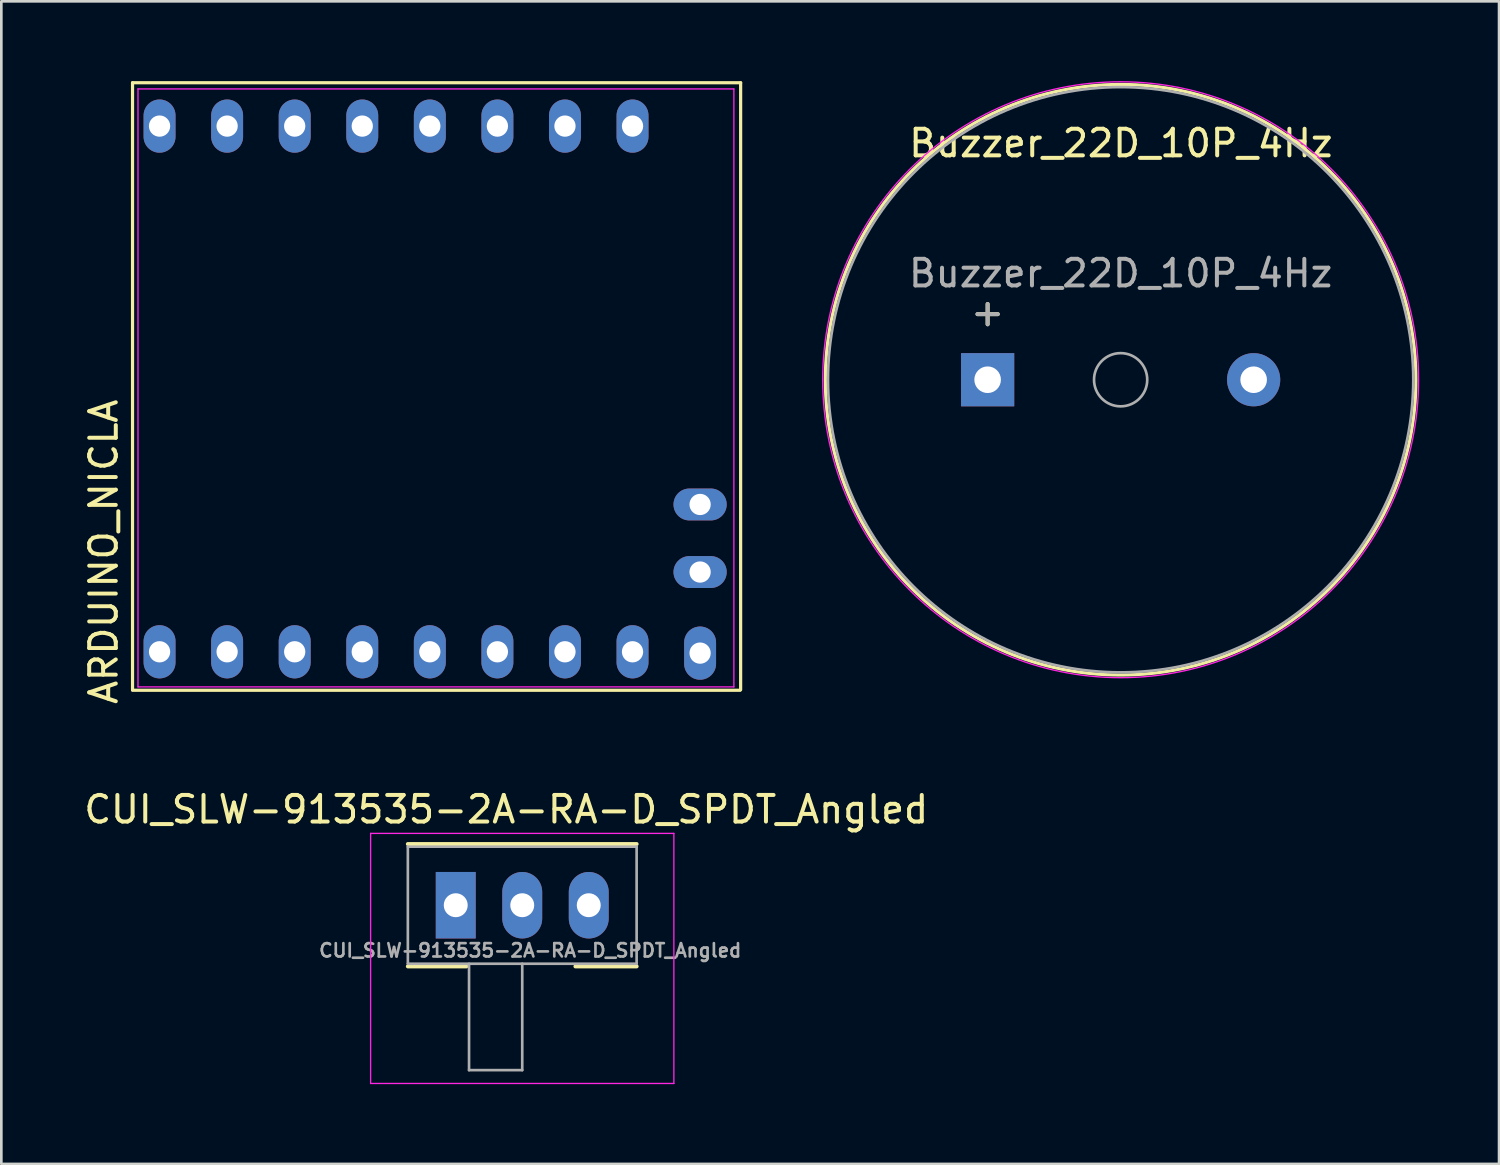
<source format=kicad_pcb>
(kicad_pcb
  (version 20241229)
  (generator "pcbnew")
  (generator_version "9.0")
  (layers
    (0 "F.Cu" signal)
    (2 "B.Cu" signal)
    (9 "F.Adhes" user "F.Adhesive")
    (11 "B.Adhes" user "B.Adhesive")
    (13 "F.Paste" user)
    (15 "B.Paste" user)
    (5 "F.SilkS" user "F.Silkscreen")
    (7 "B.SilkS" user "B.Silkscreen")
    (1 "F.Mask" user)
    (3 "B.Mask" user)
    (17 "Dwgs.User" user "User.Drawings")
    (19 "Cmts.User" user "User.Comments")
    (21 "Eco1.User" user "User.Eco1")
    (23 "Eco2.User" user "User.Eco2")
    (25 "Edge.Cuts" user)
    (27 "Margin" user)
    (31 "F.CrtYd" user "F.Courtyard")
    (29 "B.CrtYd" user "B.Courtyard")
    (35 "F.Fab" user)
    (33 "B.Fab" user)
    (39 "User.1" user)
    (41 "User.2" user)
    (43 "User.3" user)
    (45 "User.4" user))
  (footprint "ARDUINO_NICLA"
    (layer "F.Cu")
    (at 11.838 17.692)
    (property "Reference" "ARDUINO_NICLA" (at -10.99 0 90) (layer "F.SilkS") (effects (font (size 1 1) (thickness 0.15))))
    (attr through_hole)
    (fp_line (start -9.906 -17.631) (end -9.906 5.186) (stroke (width 0.12) (type default)) (layer "F.SilkS"))
    (fp_line (start 12.932 5.207) (end -9.906 5.207) (stroke (width 0.12) (type default)) (layer "F.SilkS"))
    (fp_line (start 12.954 -17.631) (end -9.906 -17.631) (stroke (width 0.12) (type default)) (layer "F.SilkS"))
    (fp_line (start 12.954 -17.631) (end 12.954 5.186) (stroke (width 0.12) (type default)) (layer "F.SilkS"))
    (fp_line (start -9.701 -17.399) (end 12.7 -17.399) (stroke (width 0.05) (type default)) (layer "F.CrtYd"))
    (fp_line (start -9.701 5.08) (end -9.701 -17.399) (stroke (width 0.05) (type default)) (layer "F.CrtYd"))
    (fp_line (start -9.701 5.08) (end 12.7 5.08) (stroke (width 0.05) (type default)) (layer "F.CrtYd"))
    (fp_line (start 12.7 5.08) (end 12.7 -17.399) (stroke (width 0.05) (type default)) (layer "F.CrtYd"))
    (pad "1" thru_hole oval (at -8.89 3.76) (size 1.2 2) (drill 0.8) (layers "*.Cu" "*.Mask"))
    (pad "2" thru_hole oval (at -6.35 3.76) (size 1.2 2) (drill 0.8) (layers "*.Cu" "*.Mask"))
    (pad "3" thru_hole oval (at -3.81 3.76) (size 1.2 2) (drill 0.8) (layers "*.Cu" "*.Mask"))
    (pad "4" thru_hole oval (at -1.27 3.76) (size 1.2 2) (drill 0.8) (layers "*.Cu" "*.Mask"))
    (pad "5" thru_hole oval (at 1.27 3.76) (size 1.2 2) (drill 0.8) (layers "*.Cu" "*.Mask"))
    (pad "6" thru_hole oval (at 3.81 3.76) (size 1.2 2) (drill 0.8) (layers "*.Cu" "*.Mask"))
    (pad "7" thru_hole oval (at 6.35 3.76) (size 1.2 2) (drill 0.8) (layers "*.Cu" "*.Mask"))
    (pad "8" thru_hole oval (at 8.89 3.76) (size 1.2 2) (drill 0.8) (layers "*.Cu" "*.Mask"))
    (pad "9" thru_hole oval (at 11.43 3.81) (size 1.2 2) (drill 0.8) (layers "*.Cu" "*.Mask"))
    (pad "10" thru_hole oval (at 8.89 -16.002) (size 1.2 2) (drill 0.8) (layers "*.Cu" "*.Mask"))
    (pad "11" thru_hole oval (at 6.35 -16.002) (size 1.2 2) (drill 0.8) (layers "*.Cu" "*.Mask"))
    (pad "12" thru_hole oval (at 3.81 -16.002) (size 1.2 2) (drill 0.8) (layers "*.Cu" "*.Mask"))
    (pad "13" thru_hole oval (at 1.27 -16.002) (size 1.2 2) (drill 0.8) (layers "*.Cu" "*.Mask"))
    (pad "14" thru_hole oval (at -1.27 -16.002) (size 1.2 2) (drill 0.8) (layers "*.Cu" "*.Mask"))
    (pad "15" thru_hole oval (at -3.81 -16.002) (size 1.2 2) (drill 0.8) (layers "*.Cu" "*.Mask"))
    (pad "16" thru_hole oval (at -6.35 -16.002) (size 1.2 2) (drill 0.8) (layers "*.Cu" "*.Mask"))
    (pad "17" thru_hole oval (at -8.89 -16.002) (size 1.2 2) (drill 0.8) (layers "*.Cu" "*.Mask"))
    (pad "18" thru_hole oval (at 11.43 0.762 90) (size 1.2 2) (drill 0.8) (layers "*.Cu" "*.Mask"))
    (pad "19" thru_hole oval (at 11.43 -1.778 90) (size 1.2 2) (drill 0.8) (layers "*.Cu" "*.Mask")))
  (footprint "CUI_SLW-913535-2A-RA-D_SPDT_Angled"
    (layer "F.Cu")
    (at 14.582 30.979)
    (property "Reference" "CUI_SLW-913535-2A-RA-D_SPDT_Angled" (at 1.4 -3.6 0) (layer "F.SilkS") (effects (font (size 1 1) (thickness 0.15))))
    (attr through_hole)
    (fp_line (start -2.3 -2.3) (end 6.3 -2.3) (stroke (width 0.15) (type solid)) (layer "F.SilkS"))
    (fp_line (start -2.3 2.3) (end -0.1 2.3) (stroke (width 0.15) (type solid)) (layer "F.SilkS"))
    (fp_line (start 4 2.3) (end 6.3 2.3) (stroke (width 0.15) (type solid)) (layer "F.SilkS"))
    (fp_line (start -3.7 -2.7) (end 7.7 -2.7) (stroke (width 0.05) (type solid)) (layer "F.CrtYd"))
    (fp_line (start -3.7 6.7) (end -3.7 -2.7) (stroke (width 0.05) (type solid)) (layer "F.CrtYd"))
    (fp_line (start 7.7 -2.7) (end 7.7 6.7) (stroke (width 0.05) (type solid)) (layer "F.CrtYd"))
    (fp_line (start 7.7 6.7) (end -3.7 6.7) (stroke (width 0.05) (type solid)) (layer "F.CrtYd"))
    (fp_line (start -2.3 -2.2) (end -2.3 2.2) (stroke (width 0.1) (type solid)) (layer "F.Fab"))
    (fp_line (start -2.3 -2.2) (end 6.3 -2.2) (stroke (width 0.1) (type solid)) (layer "F.Fab"))
    (fp_line (start -2.3 2.2) (end 6.3 2.2) (stroke (width 0.1) (type solid)) (layer "F.Fab"))
    (fp_line (start 0 6.2) (end 0 2.2) (stroke (width 0.1) (type solid)) (layer "F.Fab"))
    (fp_line (start 2 2.2) (end 2 6.2) (stroke (width 0.1) (type solid)) (layer "F.Fab"))
    (fp_line (start 2 6.2) (end 0 6.2) (stroke (width 0.1) (type solid)) (layer "F.Fab"))
    (fp_line (start 6.3 2.2) (end 6.3 -2.2) (stroke (width 0.1) (type solid)) (layer "F.Fab"))
    (fp_text user "${REFERENCE}" (at 2.3 1.7 0) (layer "F.Fab") (effects (font (size 0.5 0.5) (thickness 0.1))))
    (pad "1" thru_hole rect (at -0.5 0) (size 1.5 2.5) (drill 0.9) (layers "*.Cu" "*.Mask"))
    (pad "2" thru_hole oval (at 2 0) (size 1.5 2.5) (drill 0.9) (layers "*.Cu" "*.Mask"))
    (pad "3" thru_hole oval (at 4.5 0) (size 1.5 2.5) (drill 0.9) (layers "*.Cu" "*.Mask")))
  (footprint "Buzzer_22D_10P_4Hz"
    (layer "F.Cu")
    (at 39.077 11.225)
    (property "Reference" "Buzzer_22D_10P_4Hz" (at 0.01 -8.89 0) (layer "F.SilkS") (effects (font (size 1 1) (thickness 0.15))))
    (attr through_hole)
    (fp_circle (center 0 0) (end 11.1 -0.1) (stroke (width 0.12) (type solid)) (fill no) (layer "F.SilkS"))
    (fp_circle (center 0 0) (end 11.2 0) (stroke (width 0.05) (type solid)) (fill no) (layer "F.CrtYd"))
    (fp_circle (center 0 0) (end 1 0) (stroke (width 0.1) (type solid)) (fill no) (layer "F.Fab"))
    (fp_circle (center 0 0) (end 11 -0.1) (stroke (width 0.1) (type solid)) (fill no) (layer "F.Fab"))
    (fp_text user "+" (at -5 -2.54 0) (layer "F.SilkS") (effects (font (size 1 1) (thickness 0.15))))
    (fp_text user "${REFERENCE}" (at 0 -4 0) (layer "F.Fab") (effects (font (size 1 1) (thickness 0.15))))
    (fp_text user "+" (at -5 -2.54 0) (layer "F.Fab") (effects (font (size 1 1) (thickness 0.15))))
    (pad "1" thru_hole rect (at -5 0) (size 2 2) (drill 1) (layers "*.Cu" "*.Mask"))
    (pad "2" thru_hole circle (at 5 0) (size 2 2) (drill 1) (layers "*.Cu" "*.Mask")))
  (gr_rect
    (start -3 -3)
    (end 53.302 40.704)
    (stroke (width 0.1) (type default))
    (fill no)
    (layer "Edge.Cuts")))
</source>
